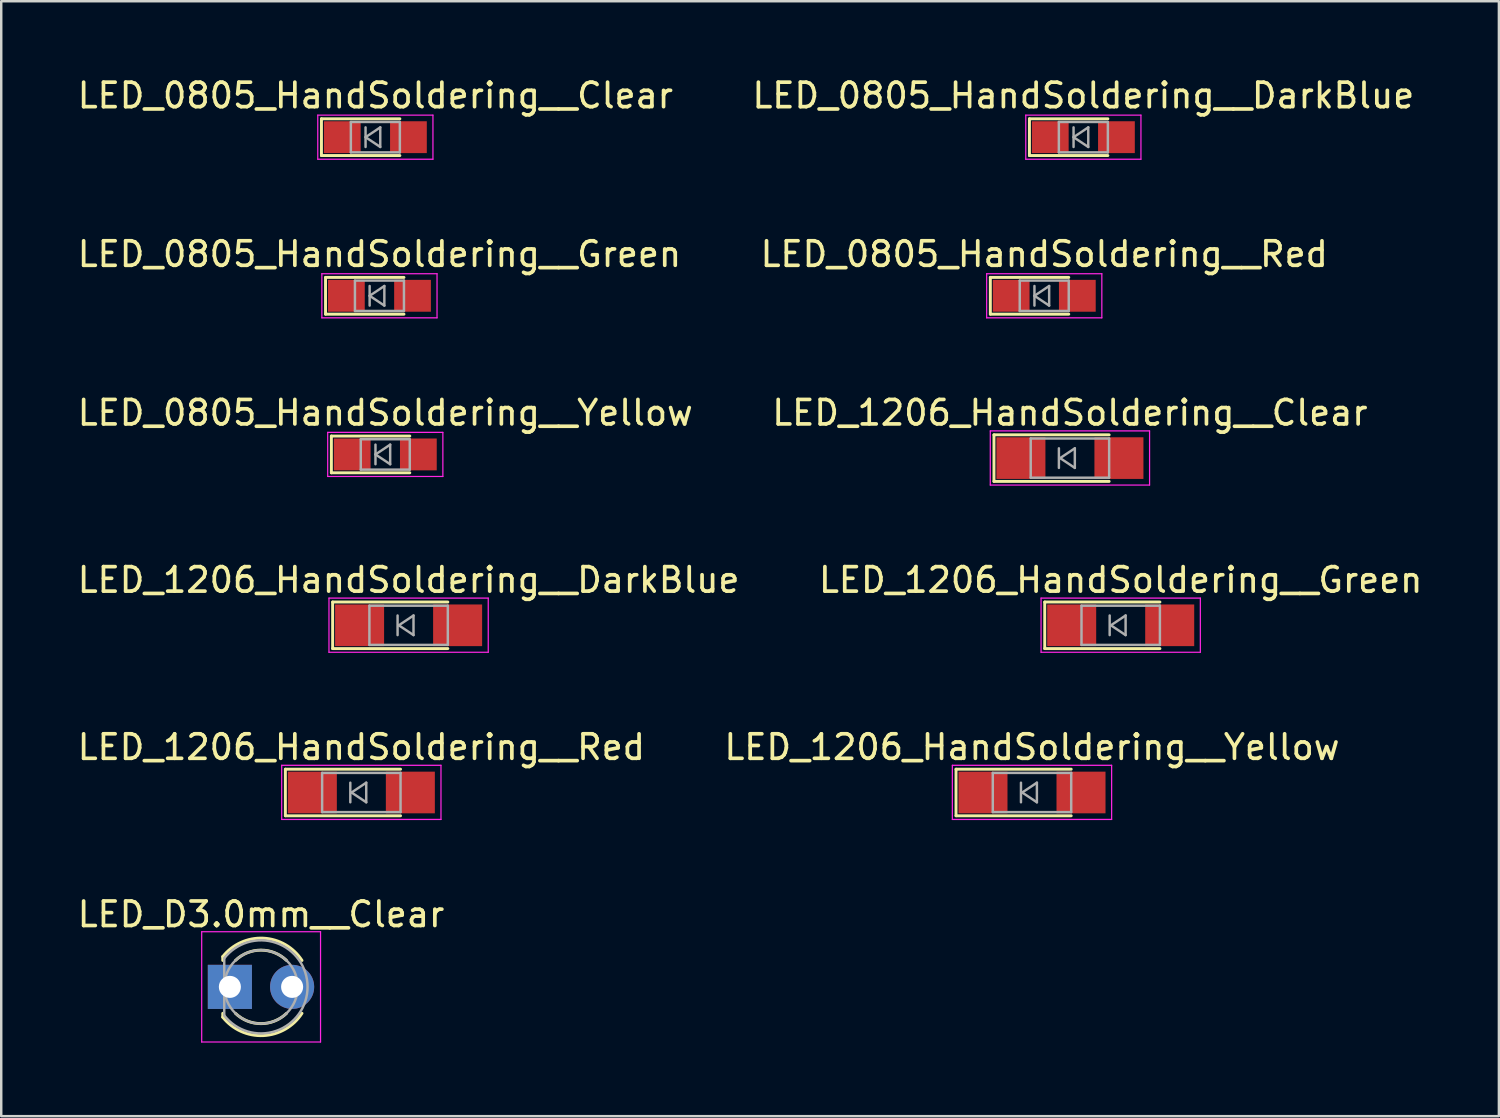
<source format=kicad_pcb>
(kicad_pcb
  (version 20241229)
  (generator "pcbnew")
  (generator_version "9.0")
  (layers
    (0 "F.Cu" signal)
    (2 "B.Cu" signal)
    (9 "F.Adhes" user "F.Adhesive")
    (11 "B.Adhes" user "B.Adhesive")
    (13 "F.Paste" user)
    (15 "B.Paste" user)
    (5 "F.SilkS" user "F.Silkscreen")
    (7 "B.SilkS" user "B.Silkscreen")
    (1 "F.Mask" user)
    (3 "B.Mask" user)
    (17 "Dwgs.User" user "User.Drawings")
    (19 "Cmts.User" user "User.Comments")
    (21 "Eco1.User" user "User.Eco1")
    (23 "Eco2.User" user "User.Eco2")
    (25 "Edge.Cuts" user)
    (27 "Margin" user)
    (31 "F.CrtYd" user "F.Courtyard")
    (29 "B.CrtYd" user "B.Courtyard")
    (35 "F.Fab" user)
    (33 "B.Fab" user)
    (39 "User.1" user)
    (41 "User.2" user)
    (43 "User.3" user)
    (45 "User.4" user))
  (footprint "LED_0805_HandSoldering__Red"
    (layer "F.Cu")
    (at 39.565 9.021)
    (property "Reference" "LED_0805_HandSoldering__Red" (at 0 -1.7 0) (layer "F.SilkS") (effects (font (size 1 1) (thickness 0.15))))
    (attr smd)
    (fp_line (start -2.2 -0.75) (end -2.2 0.75) (stroke (width 0.12) (type solid)) (layer "F.SilkS"))
    (fp_line (start -2.2 -0.75) (end 1 -0.75) (stroke (width 0.12) (type solid)) (layer "F.SilkS"))
    (fp_line (start 1 0.75) (end -2.2 0.75) (stroke (width 0.12) (type solid)) (layer "F.SilkS"))
    (fp_line (start -2.35 -0.9) (end -2.35 0.9) (stroke (width 0.05) (type solid)) (layer "F.CrtYd"))
    (fp_line (start -2.35 -0.9) (end 2.35 -0.9) (stroke (width 0.05) (type solid)) (layer "F.CrtYd"))
    (fp_line (start 2.35 0.9) (end -2.35 0.9) (stroke (width 0.05) (type solid)) (layer "F.CrtYd"))
    (fp_line (start 2.35 0.9) (end 2.35 -0.9) (stroke (width 0.05) (type solid)) (layer "F.CrtYd"))
    (fp_line (start -1 -0.62) (end 1 -0.62) (stroke (width 0.1) (type solid)) (layer "F.Fab"))
    (fp_line (start -1 0.62) (end -1 -0.62) (stroke (width 0.1) (type solid)) (layer "F.Fab"))
    (fp_line (start -0.4 -0.4) (end -0.4 0.4) (stroke (width 0.1) (type solid)) (layer "F.Fab"))
    (fp_line (start -0.4 0) (end 0.2 -0.4) (stroke (width 0.1) (type solid)) (layer "F.Fab"))
    (fp_line (start 0.2 -0.4) (end 0.2 0.4) (stroke (width 0.1) (type solid)) (layer "F.Fab"))
    (fp_line (start 0.2 0.4) (end -0.4 0) (stroke (width 0.1) (type solid)) (layer "F.Fab"))
    (fp_line (start 1 -0.62) (end 1 0.62) (stroke (width 0.1) (type solid)) (layer "F.Fab"))
    (fp_line (start 1 0.62) (end -1 0.62) (stroke (width 0.1) (type solid)) (layer "F.Fab"))
    (pad "1" smd rect (at -1.35 0) (size 1.5 1.3) (layers "F.Cu" "F.Mask" "F.Paste"))
    (pad "2" smd rect (at 1.35 0) (size 1.5 1.3) (layers "F.Cu" "F.Mask" "F.Paste")))
  (footprint "LED_1206_HandSoldering__Red"
    (layer "F.Cu")
    (at 11.696 29.291)
    (property "Reference" "LED_1206_HandSoldering__Red" (at 0 -1.85 0) (layer "F.SilkS") (effects (font (size 1 1) (thickness 0.15))))
    (attr smd)
    (fp_line (start -3.1 -0.95) (end -3.1 0.95) (stroke (width 0.12) (type solid)) (layer "F.SilkS"))
    (fp_line (start -3.1 -0.95) (end 1.6 -0.95) (stroke (width 0.12) (type solid)) (layer "F.SilkS"))
    (fp_line (start -3.1 0.95) (end 1.6 0.95) (stroke (width 0.12) (type solid)) (layer "F.SilkS"))
    (fp_line (start -3.25 -1.11) (end -3.25 1.1) (stroke (width 0.05) (type solid)) (layer "F.CrtYd"))
    (fp_line (start -3.25 -1.11) (end 3.25 -1.11) (stroke (width 0.05) (type solid)) (layer "F.CrtYd"))
    (fp_line (start 3.25 1.1) (end -3.25 1.1) (stroke (width 0.05) (type solid)) (layer "F.CrtYd"))
    (fp_line (start 3.25 1.1) (end 3.25 -1.11) (stroke (width 0.05) (type solid)) (layer "F.CrtYd"))
    (fp_line (start -1.6 -0.8) (end 1.6 -0.8) (stroke (width 0.1) (type solid)) (layer "F.Fab"))
    (fp_line (start -1.6 0.8) (end -1.6 -0.8) (stroke (width 0.1) (type solid)) (layer "F.Fab"))
    (fp_line (start -0.45 -0.4) (end -0.45 0.4) (stroke (width 0.1) (type solid)) (layer "F.Fab"))
    (fp_line (start -0.4 0) (end 0.2 -0.4) (stroke (width 0.1) (type solid)) (layer "F.Fab"))
    (fp_line (start 0.2 -0.4) (end 0.2 0.4) (stroke (width 0.1) (type solid)) (layer "F.Fab"))
    (fp_line (start 0.2 0.4) (end -0.4 0) (stroke (width 0.1) (type solid)) (layer "F.Fab"))
    (fp_line (start 1.6 -0.8) (end 1.6 0.8) (stroke (width 0.1) (type solid)) (layer "F.Fab"))
    (fp_line (start 1.6 0.8) (end -1.6 0.8) (stroke (width 0.1) (type solid)) (layer "F.Fab"))
    (pad "1" smd rect (at -2 0) (size 2 1.7) (layers "F.Cu" "F.Mask" "F.Paste"))
    (pad "2" smd rect (at 2 0) (size 2 1.7) (layers "F.Cu" "F.Mask" "F.Paste")))
  (footprint "LED_1206_HandSoldering__DarkBlue"
    (layer "F.Cu")
    (at 13.625 22.468)
    (property "Reference" "LED_1206_HandSoldering__DarkBlue" (at 0 -1.85 0) (layer "F.SilkS") (effects (font (size 1 1) (thickness 0.15))))
    (attr smd)
    (fp_line (start -3.1 -0.95) (end -3.1 0.95) (stroke (width 0.12) (type solid)) (layer "F.SilkS"))
    (fp_line (start -3.1 -0.95) (end 1.6 -0.95) (stroke (width 0.12) (type solid)) (layer "F.SilkS"))
    (fp_line (start -3.1 0.95) (end 1.6 0.95) (stroke (width 0.12) (type solid)) (layer "F.SilkS"))
    (fp_line (start -3.25 -1.11) (end -3.25 1.1) (stroke (width 0.05) (type solid)) (layer "F.CrtYd"))
    (fp_line (start -3.25 -1.11) (end 3.25 -1.11) (stroke (width 0.05) (type solid)) (layer "F.CrtYd"))
    (fp_line (start 3.25 1.1) (end -3.25 1.1) (stroke (width 0.05) (type solid)) (layer "F.CrtYd"))
    (fp_line (start 3.25 1.1) (end 3.25 -1.11) (stroke (width 0.05) (type solid)) (layer "F.CrtYd"))
    (fp_line (start -1.6 -0.8) (end 1.6 -0.8) (stroke (width 0.1) (type solid)) (layer "F.Fab"))
    (fp_line (start -1.6 0.8) (end -1.6 -0.8) (stroke (width 0.1) (type solid)) (layer "F.Fab"))
    (fp_line (start -0.45 -0.4) (end -0.45 0.4) (stroke (width 0.1) (type solid)) (layer "F.Fab"))
    (fp_line (start -0.4 0) (end 0.2 -0.4) (stroke (width 0.1) (type solid)) (layer "F.Fab"))
    (fp_line (start 0.2 -0.4) (end 0.2 0.4) (stroke (width 0.1) (type solid)) (layer "F.Fab"))
    (fp_line (start 0.2 0.4) (end -0.4 0) (stroke (width 0.1) (type solid)) (layer "F.Fab"))
    (fp_line (start 1.6 -0.8) (end 1.6 0.8) (stroke (width 0.1) (type solid)) (layer "F.Fab"))
    (fp_line (start 1.6 0.8) (end -1.6 0.8) (stroke (width 0.1) (type solid)) (layer "F.Fab"))
    (pad "1" smd rect (at -2 0) (size 2 1.7) (layers "F.Cu" "F.Mask" "F.Paste"))
    (pad "2" smd rect (at 2 0) (size 2 1.7) (layers "F.Cu" "F.Mask" "F.Paste")))
  (footprint "LED_D3.0mm__Clear"
    (layer "F.Cu")
    (at 6.331 37.224)
    (property "Reference" "LED_D3.0mm__Clear" (at 1.27 -2.96 0) (layer "F.SilkS") (effects (font (size 1 1) (thickness 0.15))))
    (attr through_hole)
    (fp_line (start -0.29 -1.236) (end -0.29 -1.08) (stroke (width 0.12) (type solid)) (layer "F.SilkS"))
    (fp_line (start -0.29 1.08) (end -0.29 1.236) (stroke (width 0.12) (type solid)) (layer "F.SilkS"))
    (fp_arc (start -0.29 -1.235516) (mid 1.366487 -1.987659) (end 2.942335 -1.078608) (stroke (width 0.12) (type solid)) (layer "F.SilkS"))
    (fp_arc (start 0.229039 -1.08) (mid 1.270117 -1.5) (end 2.31113 -1.079837) (stroke (width 0.12) (type solid)) (layer "F.SilkS"))
    (fp_arc (start 2.31113 1.079837) (mid 1.270117 1.5) (end 0.229039 1.08) (stroke (width 0.12) (type solid)) (layer "F.SilkS"))
    (fp_arc (start 2.942335 1.078608) (mid 1.366487 1.987659) (end -0.29 1.235516) (stroke (width 0.12) (type solid)) (layer "F.SilkS"))
    (fp_line (start -1.15 -2.25) (end -1.15 2.25) (stroke (width 0.05) (type solid)) (layer "F.CrtYd"))
    (fp_line (start -1.15 2.25) (end 3.7 2.25) (stroke (width 0.05) (type solid)) (layer "F.CrtYd"))
    (fp_line (start 3.7 -2.25) (end -1.15 -2.25) (stroke (width 0.05) (type solid)) (layer "F.CrtYd"))
    (fp_line (start 3.7 2.25) (end 3.7 -2.25) (stroke (width 0.05) (type solid)) (layer "F.CrtYd"))
    (fp_line (start -0.23 -1.166) (end -0.23 1.166) (stroke (width 0.1) (type solid)) (layer "F.Fab"))
    (fp_arc (start -0.23 -1.16619) (mid 3.17 0.000452) (end -0.230555 1.165476) (stroke (width 0.1) (type solid)) (layer "F.Fab"))
    (fp_circle (center 1.27 0) (end 2.77 0) (stroke (width 0.1) (type solid)) (fill no) (layer "F.Fab"))
    (pad "1" thru_hole rect (at 0 0) (size 1.8 1.8) (drill 0.9) (layers "*.Cu" "*.Mask"))
    (pad "2" thru_hole circle (at 2.54 0) (size 1.8 1.8) (drill 0.9) (layers "*.Cu" "*.Mask")))
  (footprint "LED_1206_HandSoldering__Clear"
    (layer "F.Cu")
    (at 40.613 15.645)
    (property "Reference" "LED_1206_HandSoldering__Clear" (at 0 -1.85 0) (layer "F.SilkS") (effects (font (size 1 1) (thickness 0.15))))
    (attr smd)
    (fp_line (start -3.1 -0.95) (end -3.1 0.95) (stroke (width 0.12) (type solid)) (layer "F.SilkS"))
    (fp_line (start -3.1 -0.95) (end 1.6 -0.95) (stroke (width 0.12) (type solid)) (layer "F.SilkS"))
    (fp_line (start -3.1 0.95) (end 1.6 0.95) (stroke (width 0.12) (type solid)) (layer "F.SilkS"))
    (fp_line (start -3.25 -1.11) (end -3.25 1.1) (stroke (width 0.05) (type solid)) (layer "F.CrtYd"))
    (fp_line (start -3.25 -1.11) (end 3.25 -1.11) (stroke (width 0.05) (type solid)) (layer "F.CrtYd"))
    (fp_line (start 3.25 1.1) (end -3.25 1.1) (stroke (width 0.05) (type solid)) (layer "F.CrtYd"))
    (fp_line (start 3.25 1.1) (end 3.25 -1.11) (stroke (width 0.05) (type solid)) (layer "F.CrtYd"))
    (fp_line (start -1.6 -0.8) (end 1.6 -0.8) (stroke (width 0.1) (type solid)) (layer "F.Fab"))
    (fp_line (start -1.6 0.8) (end -1.6 -0.8) (stroke (width 0.1) (type solid)) (layer "F.Fab"))
    (fp_line (start -0.45 -0.4) (end -0.45 0.4) (stroke (width 0.1) (type solid)) (layer "F.Fab"))
    (fp_line (start -0.4 0) (end 0.2 -0.4) (stroke (width 0.1) (type solid)) (layer "F.Fab"))
    (fp_line (start 0.2 -0.4) (end 0.2 0.4) (stroke (width 0.1) (type solid)) (layer "F.Fab"))
    (fp_line (start 0.2 0.4) (end -0.4 0) (stroke (width 0.1) (type solid)) (layer "F.Fab"))
    (fp_line (start 1.6 -0.8) (end 1.6 0.8) (stroke (width 0.1) (type solid)) (layer "F.Fab"))
    (fp_line (start 1.6 0.8) (end -1.6 0.8) (stroke (width 0.1) (type solid)) (layer "F.Fab"))
    (pad "1" smd rect (at -2 0) (size 2 1.7) (layers "F.Cu" "F.Mask" "F.Paste"))
    (pad "2" smd rect (at 2 0) (size 2 1.7) (layers "F.Cu" "F.Mask" "F.Paste")))
  (footprint "LED_0805_HandSoldering__Yellow"
    (layer "F.Cu")
    (at 12.673 15.495)
    (property "Reference" "LED_0805_HandSoldering__Yellow" (at 0 -1.7 0) (layer "F.SilkS") (effects (font (size 1 1) (thickness 0.15))))
    (attr smd)
    (fp_line (start -2.2 -0.75) (end -2.2 0.75) (stroke (width 0.12) (type solid)) (layer "F.SilkS"))
    (fp_line (start -2.2 -0.75) (end 1 -0.75) (stroke (width 0.12) (type solid)) (layer "F.SilkS"))
    (fp_line (start 1 0.75) (end -2.2 0.75) (stroke (width 0.12) (type solid)) (layer "F.SilkS"))
    (fp_line (start -2.35 -0.9) (end -2.35 0.9) (stroke (width 0.05) (type solid)) (layer "F.CrtYd"))
    (fp_line (start -2.35 -0.9) (end 2.35 -0.9) (stroke (width 0.05) (type solid)) (layer "F.CrtYd"))
    (fp_line (start 2.35 0.9) (end -2.35 0.9) (stroke (width 0.05) (type solid)) (layer "F.CrtYd"))
    (fp_line (start 2.35 0.9) (end 2.35 -0.9) (stroke (width 0.05) (type solid)) (layer "F.CrtYd"))
    (fp_line (start -1 -0.62) (end 1 -0.62) (stroke (width 0.1) (type solid)) (layer "F.Fab"))
    (fp_line (start -1 0.62) (end -1 -0.62) (stroke (width 0.1) (type solid)) (layer "F.Fab"))
    (fp_line (start -0.4 -0.4) (end -0.4 0.4) (stroke (width 0.1) (type solid)) (layer "F.Fab"))
    (fp_line (start -0.4 0) (end 0.2 -0.4) (stroke (width 0.1) (type solid)) (layer "F.Fab"))
    (fp_line (start 0.2 -0.4) (end 0.2 0.4) (stroke (width 0.1) (type solid)) (layer "F.Fab"))
    (fp_line (start 0.2 0.4) (end -0.4 0) (stroke (width 0.1) (type solid)) (layer "F.Fab"))
    (fp_line (start 1 -0.62) (end 1 0.62) (stroke (width 0.1) (type solid)) (layer "F.Fab"))
    (fp_line (start 1 0.62) (end -1 0.62) (stroke (width 0.1) (type solid)) (layer "F.Fab"))
    (pad "1" smd rect (at -1.35 0) (size 1.5 1.3) (layers "F.Cu" "F.Mask" "F.Paste"))
    (pad "2" smd rect (at 1.35 0) (size 1.5 1.3) (layers "F.Cu" "F.Mask" "F.Paste")))
  (footprint "LED_0805_HandSoldering__Green"
    (layer "F.Cu")
    (at 12.435 9.021)
    (property "Reference" "LED_0805_HandSoldering__Green" (at 0 -1.7 0) (layer "F.SilkS") (effects (font (size 1 1) (thickness 0.15))))
    (attr smd)
    (fp_line (start -2.2 -0.75) (end -2.2 0.75) (stroke (width 0.12) (type solid)) (layer "F.SilkS"))
    (fp_line (start -2.2 -0.75) (end 1 -0.75) (stroke (width 0.12) (type solid)) (layer "F.SilkS"))
    (fp_line (start 1 0.75) (end -2.2 0.75) (stroke (width 0.12) (type solid)) (layer "F.SilkS"))
    (fp_line (start -2.35 -0.9) (end -2.35 0.9) (stroke (width 0.05) (type solid)) (layer "F.CrtYd"))
    (fp_line (start -2.35 -0.9) (end 2.35 -0.9) (stroke (width 0.05) (type solid)) (layer "F.CrtYd"))
    (fp_line (start 2.35 0.9) (end -2.35 0.9) (stroke (width 0.05) (type solid)) (layer "F.CrtYd"))
    (fp_line (start 2.35 0.9) (end 2.35 -0.9) (stroke (width 0.05) (type solid)) (layer "F.CrtYd"))
    (fp_line (start -1 -0.62) (end 1 -0.62) (stroke (width 0.1) (type solid)) (layer "F.Fab"))
    (fp_line (start -1 0.62) (end -1 -0.62) (stroke (width 0.1) (type solid)) (layer "F.Fab"))
    (fp_line (start -0.4 -0.4) (end -0.4 0.4) (stroke (width 0.1) (type solid)) (layer "F.Fab"))
    (fp_line (start -0.4 0) (end 0.2 -0.4) (stroke (width 0.1) (type solid)) (layer "F.Fab"))
    (fp_line (start 0.2 -0.4) (end 0.2 0.4) (stroke (width 0.1) (type solid)) (layer "F.Fab"))
    (fp_line (start 0.2 0.4) (end -0.4 0) (stroke (width 0.1) (type solid)) (layer "F.Fab"))
    (fp_line (start 1 -0.62) (end 1 0.62) (stroke (width 0.1) (type solid)) (layer "F.Fab"))
    (fp_line (start 1 0.62) (end -1 0.62) (stroke (width 0.1) (type solid)) (layer "F.Fab"))
    (pad "1" smd rect (at -1.35 0) (size 1.5 1.3) (layers "F.Cu" "F.Mask" "F.Paste"))
    (pad "2" smd rect (at 1.35 0) (size 1.5 1.3) (layers "F.Cu" "F.Mask" "F.Paste")))
  (footprint "LED_1206_HandSoldering__Green"
    (layer "F.Cu")
    (at 42.685 22.468)
    (property "Reference" "LED_1206_HandSoldering__Green" (at 0 -1.85 0) (layer "F.SilkS") (effects (font (size 1 1) (thickness 0.15))))
    (attr smd)
    (fp_line (start -3.1 -0.95) (end -3.1 0.95) (stroke (width 0.12) (type solid)) (layer "F.SilkS"))
    (fp_line (start -3.1 -0.95) (end 1.6 -0.95) (stroke (width 0.12) (type solid)) (layer "F.SilkS"))
    (fp_line (start -3.1 0.95) (end 1.6 0.95) (stroke (width 0.12) (type solid)) (layer "F.SilkS"))
    (fp_line (start -3.25 -1.11) (end -3.25 1.1) (stroke (width 0.05) (type solid)) (layer "F.CrtYd"))
    (fp_line (start -3.25 -1.11) (end 3.25 -1.11) (stroke (width 0.05) (type solid)) (layer "F.CrtYd"))
    (fp_line (start 3.25 1.1) (end -3.25 1.1) (stroke (width 0.05) (type solid)) (layer "F.CrtYd"))
    (fp_line (start 3.25 1.1) (end 3.25 -1.11) (stroke (width 0.05) (type solid)) (layer "F.CrtYd"))
    (fp_line (start -1.6 -0.8) (end 1.6 -0.8) (stroke (width 0.1) (type solid)) (layer "F.Fab"))
    (fp_line (start -1.6 0.8) (end -1.6 -0.8) (stroke (width 0.1) (type solid)) (layer "F.Fab"))
    (fp_line (start -0.45 -0.4) (end -0.45 0.4) (stroke (width 0.1) (type solid)) (layer "F.Fab"))
    (fp_line (start -0.4 0) (end 0.2 -0.4) (stroke (width 0.1) (type solid)) (layer "F.Fab"))
    (fp_line (start 0.2 -0.4) (end 0.2 0.4) (stroke (width 0.1) (type solid)) (layer "F.Fab"))
    (fp_line (start 0.2 0.4) (end -0.4 0) (stroke (width 0.1) (type solid)) (layer "F.Fab"))
    (fp_line (start 1.6 -0.8) (end 1.6 0.8) (stroke (width 0.1) (type solid)) (layer "F.Fab"))
    (fp_line (start 1.6 0.8) (end -1.6 0.8) (stroke (width 0.1) (type solid)) (layer "F.Fab"))
    (pad "1" smd rect (at -2 0) (size 2 1.7) (layers "F.Cu" "F.Mask" "F.Paste"))
    (pad "2" smd rect (at 2 0) (size 2 1.7) (layers "F.Cu" "F.Mask" "F.Paste")))
  (footprint "LED_0805_HandSoldering__DarkBlue"
    (layer "F.Cu")
    (at 41.161 2.548)
    (property "Reference" "LED_0805_HandSoldering__DarkBlue" (at 0 -1.7 0) (layer "F.SilkS") (effects (font (size 1 1) (thickness 0.15))))
    (attr smd)
    (fp_line (start -2.2 -0.75) (end -2.2 0.75) (stroke (width 0.12) (type solid)) (layer "F.SilkS"))
    (fp_line (start -2.2 -0.75) (end 1 -0.75) (stroke (width 0.12) (type solid)) (layer "F.SilkS"))
    (fp_line (start 1 0.75) (end -2.2 0.75) (stroke (width 0.12) (type solid)) (layer "F.SilkS"))
    (fp_line (start -2.35 -0.9) (end -2.35 0.9) (stroke (width 0.05) (type solid)) (layer "F.CrtYd"))
    (fp_line (start -2.35 -0.9) (end 2.35 -0.9) (stroke (width 0.05) (type solid)) (layer "F.CrtYd"))
    (fp_line (start 2.35 0.9) (end -2.35 0.9) (stroke (width 0.05) (type solid)) (layer "F.CrtYd"))
    (fp_line (start 2.35 0.9) (end 2.35 -0.9) (stroke (width 0.05) (type solid)) (layer "F.CrtYd"))
    (fp_line (start -1 -0.62) (end 1 -0.62) (stroke (width 0.1) (type solid)) (layer "F.Fab"))
    (fp_line (start -1 0.62) (end -1 -0.62) (stroke (width 0.1) (type solid)) (layer "F.Fab"))
    (fp_line (start -0.4 -0.4) (end -0.4 0.4) (stroke (width 0.1) (type solid)) (layer "F.Fab"))
    (fp_line (start -0.4 0) (end 0.2 -0.4) (stroke (width 0.1) (type solid)) (layer "F.Fab"))
    (fp_line (start 0.2 -0.4) (end 0.2 0.4) (stroke (width 0.1) (type solid)) (layer "F.Fab"))
    (fp_line (start 0.2 0.4) (end -0.4 0) (stroke (width 0.1) (type solid)) (layer "F.Fab"))
    (fp_line (start 1 -0.62) (end 1 0.62) (stroke (width 0.1) (type solid)) (layer "F.Fab"))
    (fp_line (start 1 0.62) (end -1 0.62) (stroke (width 0.1) (type solid)) (layer "F.Fab"))
    (pad "1" smd rect (at -1.35 0) (size 1.5 1.3) (layers "F.Cu" "F.Mask" "F.Paste"))
    (pad "2" smd rect (at 1.35 0) (size 1.5 1.3) (layers "F.Cu" "F.Mask" "F.Paste")))
  (footprint "LED_0805_HandSoldering__Clear"
    (layer "F.Cu")
    (at 12.268 2.548)
    (property "Reference" "LED_0805_HandSoldering__Clear" (at 0 -1.7 0) (layer "F.SilkS") (effects (font (size 1 1) (thickness 0.15))))
    (attr smd)
    (fp_line (start -2.2 -0.75) (end -2.2 0.75) (stroke (width 0.12) (type solid)) (layer "F.SilkS"))
    (fp_line (start -2.2 -0.75) (end 1 -0.75) (stroke (width 0.12) (type solid)) (layer "F.SilkS"))
    (fp_line (start 1 0.75) (end -2.2 0.75) (stroke (width 0.12) (type solid)) (layer "F.SilkS"))
    (fp_line (start -2.35 -0.9) (end -2.35 0.9) (stroke (width 0.05) (type solid)) (layer "F.CrtYd"))
    (fp_line (start -2.35 -0.9) (end 2.35 -0.9) (stroke (width 0.05) (type solid)) (layer "F.CrtYd"))
    (fp_line (start 2.35 0.9) (end -2.35 0.9) (stroke (width 0.05) (type solid)) (layer "F.CrtYd"))
    (fp_line (start 2.35 0.9) (end 2.35 -0.9) (stroke (width 0.05) (type solid)) (layer "F.CrtYd"))
    (fp_line (start -1 -0.62) (end 1 -0.62) (stroke (width 0.1) (type solid)) (layer "F.Fab"))
    (fp_line (start -1 0.62) (end -1 -0.62) (stroke (width 0.1) (type solid)) (layer "F.Fab"))
    (fp_line (start -0.4 -0.4) (end -0.4 0.4) (stroke (width 0.1) (type solid)) (layer "F.Fab"))
    (fp_line (start -0.4 0) (end 0.2 -0.4) (stroke (width 0.1) (type solid)) (layer "F.Fab"))
    (fp_line (start 0.2 -0.4) (end 0.2 0.4) (stroke (width 0.1) (type solid)) (layer "F.Fab"))
    (fp_line (start 0.2 0.4) (end -0.4 0) (stroke (width 0.1) (type solid)) (layer "F.Fab"))
    (fp_line (start 1 -0.62) (end 1 0.62) (stroke (width 0.1) (type solid)) (layer "F.Fab"))
    (fp_line (start 1 0.62) (end -1 0.62) (stroke (width 0.1) (type solid)) (layer "F.Fab"))
    (pad "1" smd rect (at -1.35 0) (size 1.5 1.3) (layers "F.Cu" "F.Mask" "F.Paste"))
    (pad "2" smd rect (at 1.35 0) (size 1.5 1.3) (layers "F.Cu" "F.Mask" "F.Paste")))
  (footprint "LED_1206_HandSoldering__Yellow"
    (layer "F.Cu")
    (at 39.065 29.291)
    (property "Reference" "LED_1206_HandSoldering__Yellow" (at 0 -1.85 0) (layer "F.SilkS") (effects (font (size 1 1) (thickness 0.15))))
    (attr smd)
    (fp_line (start -3.1 -0.95) (end -3.1 0.95) (stroke (width 0.12) (type solid)) (layer "F.SilkS"))
    (fp_line (start -3.1 -0.95) (end 1.6 -0.95) (stroke (width 0.12) (type solid)) (layer "F.SilkS"))
    (fp_line (start -3.1 0.95) (end 1.6 0.95) (stroke (width 0.12) (type solid)) (layer "F.SilkS"))
    (fp_line (start -3.25 -1.11) (end -3.25 1.1) (stroke (width 0.05) (type solid)) (layer "F.CrtYd"))
    (fp_line (start -3.25 -1.11) (end 3.25 -1.11) (stroke (width 0.05) (type solid)) (layer "F.CrtYd"))
    (fp_line (start 3.25 1.1) (end -3.25 1.1) (stroke (width 0.05) (type solid)) (layer "F.CrtYd"))
    (fp_line (start 3.25 1.1) (end 3.25 -1.11) (stroke (width 0.05) (type solid)) (layer "F.CrtYd"))
    (fp_line (start -1.6 -0.8) (end 1.6 -0.8) (stroke (width 0.1) (type solid)) (layer "F.Fab"))
    (fp_line (start -1.6 0.8) (end -1.6 -0.8) (stroke (width 0.1) (type solid)) (layer "F.Fab"))
    (fp_line (start -0.45 -0.4) (end -0.45 0.4) (stroke (width 0.1) (type solid)) (layer "F.Fab"))
    (fp_line (start -0.4 0) (end 0.2 -0.4) (stroke (width 0.1) (type solid)) (layer "F.Fab"))
    (fp_line (start 0.2 -0.4) (end 0.2 0.4) (stroke (width 0.1) (type solid)) (layer "F.Fab"))
    (fp_line (start 0.2 0.4) (end -0.4 0) (stroke (width 0.1) (type solid)) (layer "F.Fab"))
    (fp_line (start 1.6 -0.8) (end 1.6 0.8) (stroke (width 0.1) (type solid)) (layer "F.Fab"))
    (fp_line (start 1.6 0.8) (end -1.6 0.8) (stroke (width 0.1) (type solid)) (layer "F.Fab"))
    (pad "1" smd rect (at -2 0) (size 2 1.7) (layers "F.Cu" "F.Mask" "F.Paste"))
    (pad "2" smd rect (at 2 0) (size 2 1.7) (layers "F.Cu" "F.Mask" "F.Paste")))
  (gr_rect
    (start -3 -3)
    (end 58.119 42.499)
    (stroke (width 0.1) (type default))
    (fill no)
    (layer "Edge.Cuts")))
</source>
